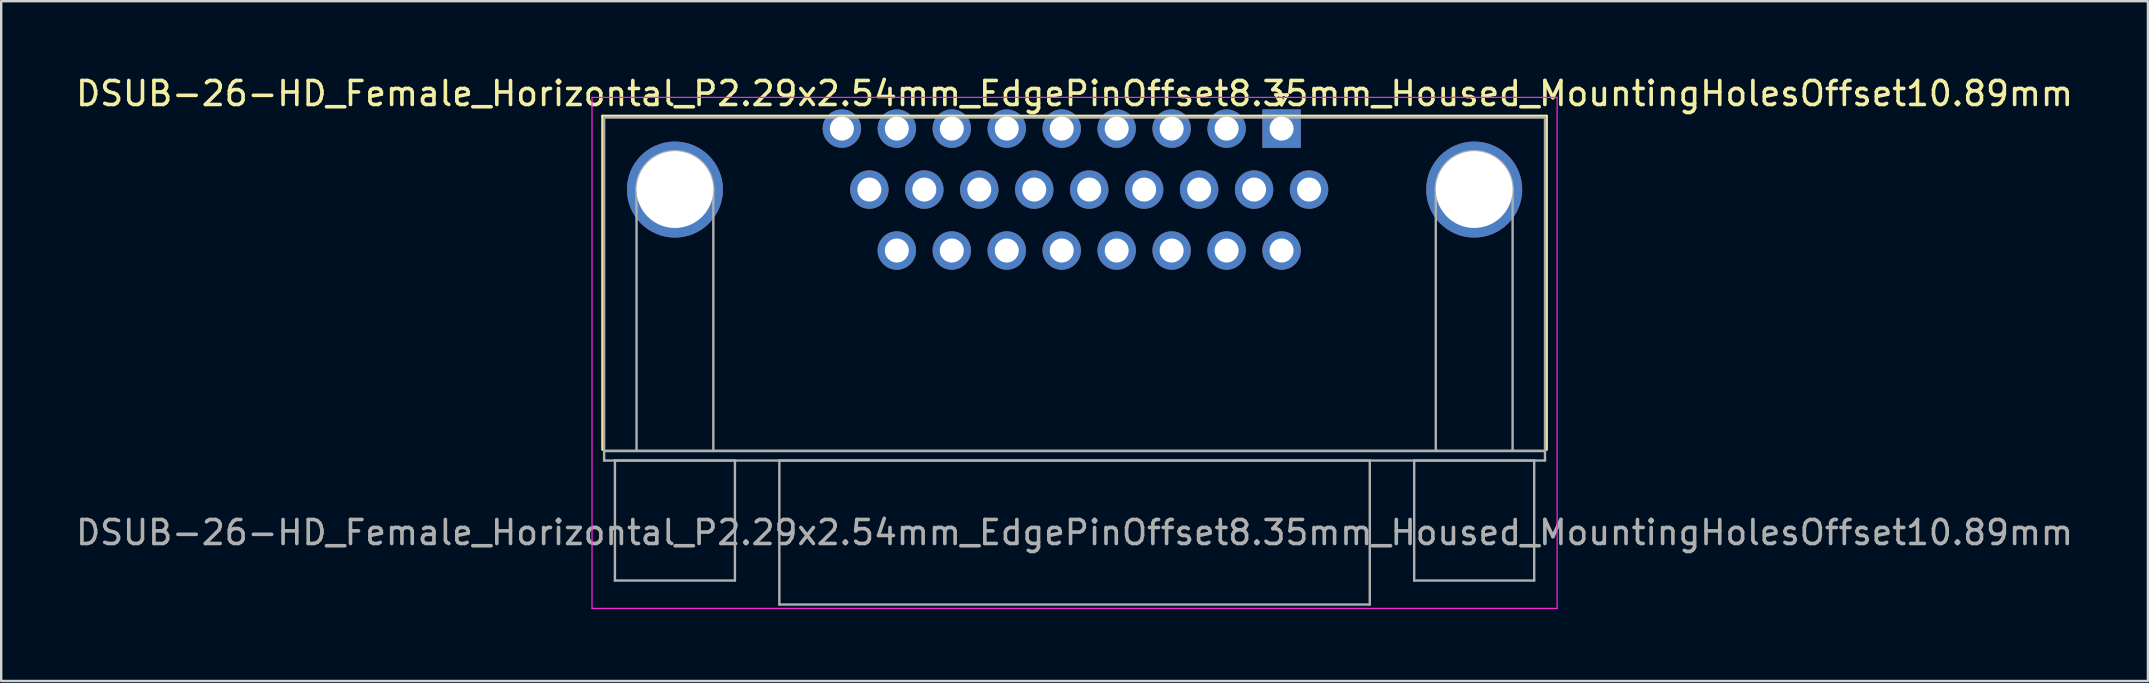
<source format=kicad_pcb>
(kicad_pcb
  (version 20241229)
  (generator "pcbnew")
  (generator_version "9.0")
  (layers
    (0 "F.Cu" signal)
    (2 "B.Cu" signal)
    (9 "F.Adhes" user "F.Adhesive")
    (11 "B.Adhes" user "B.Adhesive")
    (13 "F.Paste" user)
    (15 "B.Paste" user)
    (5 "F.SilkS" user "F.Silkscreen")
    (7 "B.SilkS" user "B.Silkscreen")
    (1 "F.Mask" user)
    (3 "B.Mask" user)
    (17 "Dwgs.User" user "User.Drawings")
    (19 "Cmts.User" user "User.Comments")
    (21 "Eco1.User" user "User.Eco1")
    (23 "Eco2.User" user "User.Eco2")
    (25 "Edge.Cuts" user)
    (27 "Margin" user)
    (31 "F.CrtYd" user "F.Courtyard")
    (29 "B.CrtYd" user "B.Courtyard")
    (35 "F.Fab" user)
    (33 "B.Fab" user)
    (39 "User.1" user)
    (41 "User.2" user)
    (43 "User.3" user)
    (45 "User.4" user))
  (footprint "DSUB-26-HD_Female_Horizontal_P2.29x2.54mm_EdgePinOffset8.35mm_Housed_MountingHolesOffset10.89mm"
    (layer "F.Cu")
    (at 50.345 2.308)
    (property "Reference" "DSUB-26-HD_Female_Horizontal_P2.29x2.54mm_EdgePinOffset8.35mm_Housed_MountingHolesOffset10.89mm" (at -8.625 -1.46 0) (layer "F.SilkS") (effects (font (size 1 1) (thickness 0.15))))
    (attr through_hole)
    (fp_line (start -28.285 -0.52) (end 11.035 -0.52) (stroke (width 0.12) (type solid)) (layer "F.SilkS"))
    (fp_line (start -28.285 13.37) (end -28.285 -0.52) (stroke (width 0.12) (type solid)) (layer "F.SilkS"))
    (fp_line (start -0.25 -1.414) (end 0.25 -1.414) (stroke (width 0.12) (type solid)) (layer "F.SilkS"))
    (fp_line (start 0 -0.981) (end -0.25 -1.414) (stroke (width 0.12) (type solid)) (layer "F.SilkS"))
    (fp_line (start 0.25 -1.414) (end 0 -0.981) (stroke (width 0.12) (type solid)) (layer "F.SilkS"))
    (fp_line (start 11.035 -0.52) (end 11.035 13.37) (stroke (width 0.12) (type solid)) (layer "F.SilkS"))
    (fp_line (start -28.73 -1.3) (end -28.73 19.99) (stroke (width 0.05) (type solid)) (layer "F.CrtYd"))
    (fp_line (start -28.73 19.99) (end 11.48 19.99) (stroke (width 0.05) (type solid)) (layer "F.CrtYd"))
    (fp_line (start 11.48 -1.3) (end -28.73 -1.3) (stroke (width 0.05) (type solid)) (layer "F.CrtYd"))
    (fp_line (start 11.48 19.99) (end 11.48 -1.3) (stroke (width 0.05) (type solid)) (layer "F.CrtYd"))
    (fp_line (start -28.225 -0.46) (end -28.225 13.43) (stroke (width 0.1) (type solid)) (layer "F.Fab"))
    (fp_line (start -28.225 13.43) (end -28.225 13.83) (stroke (width 0.1) (type solid)) (layer "F.Fab"))
    (fp_line (start -28.225 13.43) (end 10.975 13.43) (stroke (width 0.1) (type solid)) (layer "F.Fab"))
    (fp_line (start -28.225 13.83) (end 10.975 13.83) (stroke (width 0.1) (type solid)) (layer "F.Fab"))
    (fp_line (start -27.775 13.83) (end -27.775 18.83) (stroke (width 0.1) (type solid)) (layer "F.Fab"))
    (fp_line (start -27.775 18.83) (end -22.775 18.83) (stroke (width 0.1) (type solid)) (layer "F.Fab"))
    (fp_line (start -26.875 13.43) (end -26.875 2.54) (stroke (width 0.1) (type solid)) (layer "F.Fab"))
    (fp_line (start -23.675 13.43) (end -23.675 2.54) (stroke (width 0.1) (type solid)) (layer "F.Fab"))
    (fp_line (start -22.775 13.83) (end -27.775 13.83) (stroke (width 0.1) (type solid)) (layer "F.Fab"))
    (fp_line (start -22.775 18.83) (end -22.775 13.83) (stroke (width 0.1) (type solid)) (layer "F.Fab"))
    (fp_line (start -20.925 13.83) (end -20.925 19.83) (stroke (width 0.1) (type solid)) (layer "F.Fab"))
    (fp_line (start -20.925 19.83) (end 3.675 19.83) (stroke (width 0.1) (type solid)) (layer "F.Fab"))
    (fp_line (start 3.675 13.83) (end -20.925 13.83) (stroke (width 0.1) (type solid)) (layer "F.Fab"))
    (fp_line (start 3.675 19.83) (end 3.675 13.83) (stroke (width 0.1) (type solid)) (layer "F.Fab"))
    (fp_line (start 5.525 13.83) (end 5.525 18.83) (stroke (width 0.1) (type solid)) (layer "F.Fab"))
    (fp_line (start 5.525 18.83) (end 10.525 18.83) (stroke (width 0.1) (type solid)) (layer "F.Fab"))
    (fp_line (start 6.425 13.43) (end 6.425 2.54) (stroke (width 0.1) (type solid)) (layer "F.Fab"))
    (fp_line (start 9.625 13.43) (end 9.625 2.54) (stroke (width 0.1) (type solid)) (layer "F.Fab"))
    (fp_line (start 10.525 13.83) (end 5.525 13.83) (stroke (width 0.1) (type solid)) (layer "F.Fab"))
    (fp_line (start 10.525 18.83) (end 10.525 13.83) (stroke (width 0.1) (type solid)) (layer "F.Fab"))
    (fp_line (start 10.975 -0.46) (end -28.225 -0.46) (stroke (width 0.1) (type solid)) (layer "F.Fab"))
    (fp_line (start 10.975 13.43) (end -28.225 13.43) (stroke (width 0.1) (type solid)) (layer "F.Fab"))
    (fp_line (start 10.975 13.43) (end 10.975 -0.46) (stroke (width 0.1) (type solid)) (layer "F.Fab"))
    (fp_line (start 10.975 13.83) (end 10.975 13.43) (stroke (width 0.1) (type solid)) (layer "F.Fab"))
    (fp_arc (start -26.875 2.54) (mid -25.275 0.94) (end -23.675 2.54) (stroke (width 0.1) (type solid)) (layer "F.Fab"))
    (fp_arc (start 6.425 2.54) (mid 8.025 0.94) (end 9.625 2.54) (stroke (width 0.1) (type solid)) (layer "F.Fab"))
    (fp_text user "${REFERENCE}" (at -8.625 16.83 0) (layer "F.Fab") (effects (font (size 1 1) (thickness 0.15))))
    (pad "0" thru_hole circle (at -25.275 2.54) (size 4 4) (drill 3.2) (layers "*.Cu" "*.Mask"))
    (pad "0" thru_hole circle (at 8.025 2.54) (size 4 4) (drill 3.2) (layers "*.Cu" "*.Mask"))
    (pad "1" thru_hole rect (at 0 0) (size 1.6 1.6) (drill 1) (layers "*.Cu" "*.Mask"))
    (pad "2" thru_hole circle (at -2.29 0) (size 1.6 1.6) (drill 1) (layers "*.Cu" "*.Mask"))
    (pad "3" thru_hole circle (at -4.58 0) (size 1.6 1.6) (drill 1) (layers "*.Cu" "*.Mask"))
    (pad "4" thru_hole circle (at -6.87 0) (size 1.6 1.6) (drill 1) (layers "*.Cu" "*.Mask"))
    (pad "5" thru_hole circle (at -9.16 0) (size 1.6 1.6) (drill 1) (layers "*.Cu" "*.Mask"))
    (pad "6" thru_hole circle (at -11.45 0) (size 1.6 1.6) (drill 1) (layers "*.Cu" "*.Mask"))
    (pad "7" thru_hole circle (at -13.74 0) (size 1.6 1.6) (drill 1) (layers "*.Cu" "*.Mask"))
    (pad "8" thru_hole circle (at -16.03 0) (size 1.6 1.6) (drill 1) (layers "*.Cu" "*.Mask"))
    (pad "9" thru_hole circle (at -18.32 0) (size 1.6 1.6) (drill 1) (layers "*.Cu" "*.Mask"))
    (pad "10" thru_hole circle (at 1.145 2.54) (size 1.6 1.6) (drill 1) (layers "*.Cu" "*.Mask"))
    (pad "11" thru_hole circle (at -1.145 2.54) (size 1.6 1.6) (drill 1) (layers "*.Cu" "*.Mask"))
    (pad "12" thru_hole circle (at -3.435 2.54) (size 1.6 1.6) (drill 1) (layers "*.Cu" "*.Mask"))
    (pad "13" thru_hole circle (at -5.725 2.54) (size 1.6 1.6) (drill 1) (layers "*.Cu" "*.Mask"))
    (pad "14" thru_hole circle (at -8.015 2.54) (size 1.6 1.6) (drill 1) (layers "*.Cu" "*.Mask"))
    (pad "15" thru_hole circle (at -10.305 2.54) (size 1.6 1.6) (drill 1) (layers "*.Cu" "*.Mask"))
    (pad "16" thru_hole circle (at -12.595 2.54) (size 1.6 1.6) (drill 1) (layers "*.Cu" "*.Mask"))
    (pad "17" thru_hole circle (at -14.885 2.54) (size 1.6 1.6) (drill 1) (layers "*.Cu" "*.Mask"))
    (pad "18" thru_hole circle (at -17.175 2.54) (size 1.6 1.6) (drill 1) (layers "*.Cu" "*.Mask"))
    (pad "19" thru_hole circle (at 0 5.08) (size 1.6 1.6) (drill 1) (layers "*.Cu" "*.Mask"))
    (pad "20" thru_hole circle (at -2.29 5.08) (size 1.6 1.6) (drill 1) (layers "*.Cu" "*.Mask"))
    (pad "21" thru_hole circle (at -4.58 5.08) (size 1.6 1.6) (drill 1) (layers "*.Cu" "*.Mask"))
    (pad "22" thru_hole circle (at -6.87 5.08) (size 1.6 1.6) (drill 1) (layers "*.Cu" "*.Mask"))
    (pad "23" thru_hole circle (at -9.16 5.08) (size 1.6 1.6) (drill 1) (layers "*.Cu" "*.Mask"))
    (pad "24" thru_hole circle (at -11.45 5.08) (size 1.6 1.6) (drill 1) (layers "*.Cu" "*.Mask"))
    (pad "25" thru_hole circle (at -13.74 5.08) (size 1.6 1.6) (drill 1) (layers "*.Cu" "*.Mask"))
    (pad "26" thru_hole circle (at -16.03 5.08) (size 1.6 1.6) (drill 1) (layers "*.Cu" "*.Mask")))
  (gr_rect
    (start -3 -3)
    (end 86.44 25.323)
    (stroke (width 0.1) (type default))
    (fill no)
    (layer "Edge.Cuts")))
</source>
